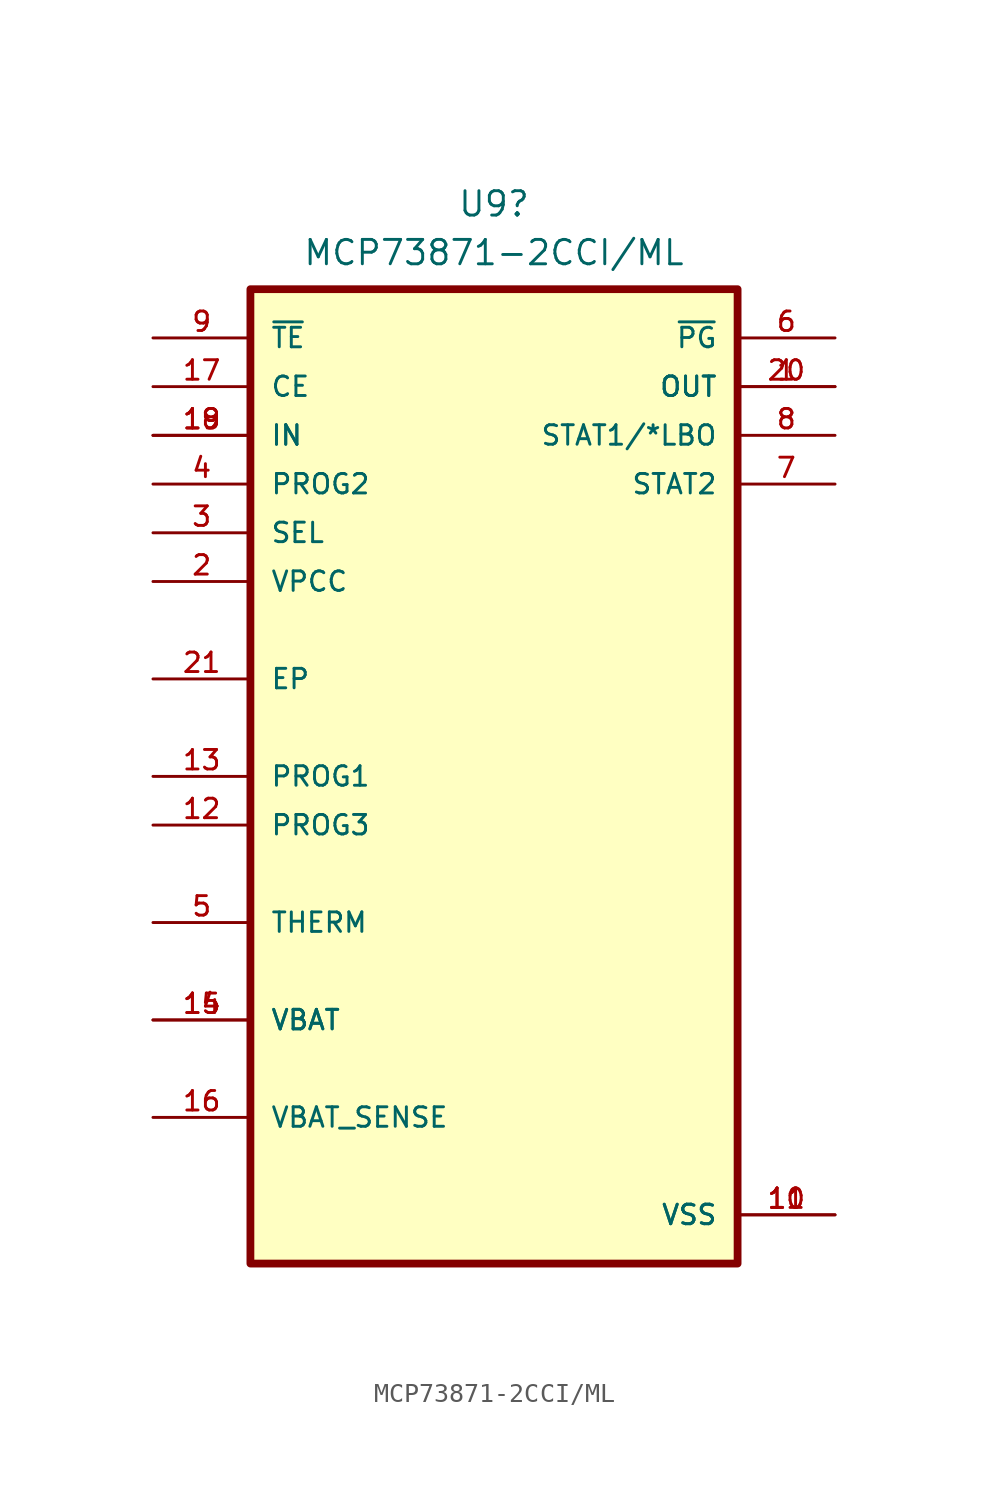
<source format=kicad_sym>
(kicad_symbol_lib
  (version 20220914)
  (generator kicad_symbol_editor)
  (symbol "MCP73871-2CCI/ML"
    (pin_names
      (offset 1.016))
    (property "Reference" "U9"
      (at 0 29.845 0)
      (effects (font (size 1.27 1.27))))
    (property "Value" "MCP73871-2CCI/ML"
      (at 0 27.305 0)
      (effects (font (size 1.27 1.27))))
    (property "ki_locked" ""
      (at 0 0 0)
      (effects (font (size 1.27 1.27))))
    (symbol "MCP73871-2CCI/ML_0_0"
      (rectangle (start -12.7 -25.4) (end 12.7 25.4) (stroke (width 0.406) (type solid)) (fill (type background)))
      (pin output line (at 17.78 20.32 180) (length 5.08) (name "OUT" (effects (font (size 1.016 1.016)))) (number "1" (effects (font (size 1.016 1.016)))))
      (pin power_in line (at 17.78 -22.86 180) (length 5.08) (name "VSS" (effects (font (size 1.016 1.016)))) (number "10" (effects (font (size 1.016 1.016)))))
      (pin power_in line (at 17.78 -22.86 180) (length 5.08) (name "VSS" (effects (font (size 1.016 1.016)))) (number "11" (effects (font (size 1.016 1.016)))))
      (pin bidirectional line (at -17.78 -2.54 0) (length 5.08) (name "PROG3" (effects (font (size 1.016 1.016)))) (number "12" (effects (font (size 1.016 1.016)))))
      (pin bidirectional line (at -17.78 0 0) (length 5.08) (name "PROG1" (effects (font (size 1.016 1.016)))) (number "13" (effects (font (size 1.016 1.016)))))
      (pin bidirectional line (at -17.78 -12.7 0) (length 5.08) (name "VBAT" (effects (font (size 1.016 1.016)))) (number "14" (effects (font (size 1.016 1.016)))))
      (pin bidirectional line (at -17.78 -12.7 0) (length 5.08) (name "VBAT" (effects (font (size 1.016 1.016)))) (number "15" (effects (font (size 1.016 1.016)))))
      (pin bidirectional line (at -17.78 -17.78 0) (length 5.08) (name "VBAT_SENSE" (effects (font (size 1.016 1.016)))) (number "16" (effects (font (size 1.016 1.016)))))
      (pin input line (at -17.78 20.32 0) (length 5.08) (name "CE" (effects (font (size 1.016 1.016)))) (number "17" (effects (font (size 1.016 1.016)))))
      (pin input line (at -17.78 17.78 0) (length 5.08) (name "IN" (effects (font (size 1.016 1.016)))) (number "18" (effects (font (size 1.016 1.016)))))
      (pin input line (at -17.78 17.78 0) (length 5.08) (name "IN" (effects (font (size 1.016 1.016)))) (number "19" (effects (font (size 1.016 1.016)))))
      (pin input line (at -17.78 10.16 0) (length 5.08) (name "VPCC" (effects (font (size 1.016 1.016)))) (number "2" (effects (font (size 1.016 1.016)))))
      (pin output line (at 17.78 20.32 180) (length 5.08) (name "OUT" (effects (font (size 1.016 1.016)))) (number "20" (effects (font (size 1.016 1.016)))))
      (pin bidirectional line (at -17.78 5.08 0) (length 5.08) (name "EP" (effects (font (size 1.016 1.016)))) (number "21" (effects (font (size 1.016 1.016)))))
      (pin input line (at -17.78 12.7 0) (length 5.08) (name "SEL" (effects (font (size 1.016 1.016)))) (number "3" (effects (font (size 1.016 1.016)))))
      (pin input line (at -17.78 15.24 0) (length 5.08) (name "PROG2" (effects (font (size 1.016 1.016)))) (number "4" (effects (font (size 1.016 1.016)))))
      (pin bidirectional line (at -17.78 -7.62 0) (length 5.08) (name "THERM" (effects (font (size 1.016 1.016)))) (number "5" (effects (font (size 1.016 1.016)))))
      (pin output line (at 17.78 22.86 180) (length 5.08) (name "~{PG}" (effects (font (size 1.016 1.016)))) (number "6" (effects (font (size 1.016 1.016)))))
      (pin output line (at 17.78 15.24 180) (length 5.08) (name "STAT2" (effects (font (size 1.016 1.016)))) (number "7" (effects (font (size 1.016 1.016)))))
      (pin output line (at 17.78 17.78 180) (length 5.08) (name "STAT1/*LBO" (effects (font (size 1.016 1.016)))) (number "8" (effects (font (size 1.016 1.016)))))
      (pin input line (at -17.78 22.86 0) (length 5.08) (name "~{TE}" (effects (font (size 1.016 1.016)))) (number "9" (effects (font (size 1.016 1.016))))))))
</source>
